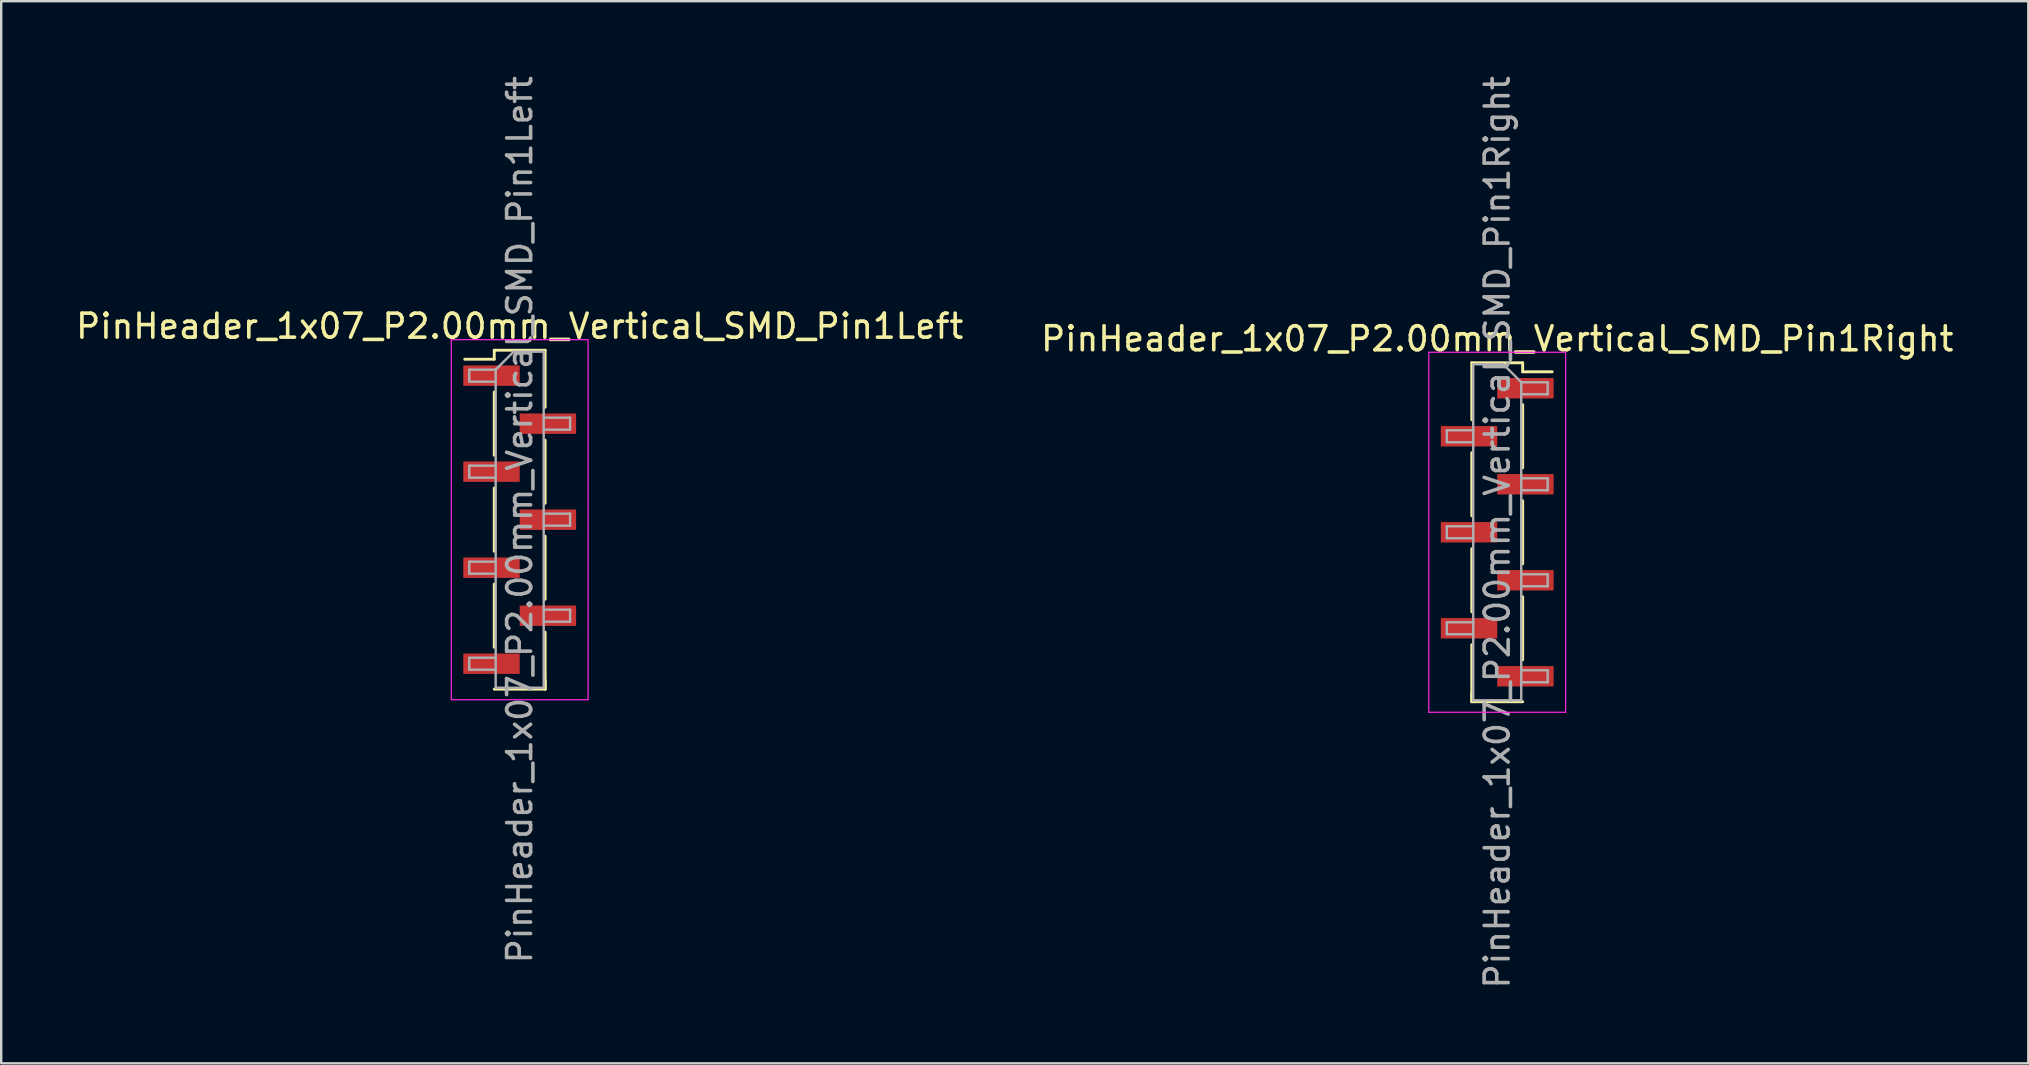
<source format=kicad_pcb>
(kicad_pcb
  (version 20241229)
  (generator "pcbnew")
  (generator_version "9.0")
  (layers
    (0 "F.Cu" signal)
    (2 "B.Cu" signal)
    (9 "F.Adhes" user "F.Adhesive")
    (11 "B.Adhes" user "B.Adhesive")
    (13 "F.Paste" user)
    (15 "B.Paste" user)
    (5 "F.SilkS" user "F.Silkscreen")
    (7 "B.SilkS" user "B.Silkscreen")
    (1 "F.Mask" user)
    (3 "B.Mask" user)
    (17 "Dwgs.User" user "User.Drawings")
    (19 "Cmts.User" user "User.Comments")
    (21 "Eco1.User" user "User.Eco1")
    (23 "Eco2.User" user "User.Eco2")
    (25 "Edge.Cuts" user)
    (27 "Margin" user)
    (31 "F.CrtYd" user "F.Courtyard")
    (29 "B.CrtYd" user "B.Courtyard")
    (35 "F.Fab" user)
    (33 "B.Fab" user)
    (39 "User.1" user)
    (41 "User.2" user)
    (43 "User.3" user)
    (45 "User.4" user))
  (footprint "PinHeader_1x07_P2.00mm_Vertical_SMD_Pin1Left"
    (layer "F.Cu")
    (at 18.601 18.601)
    (property "Reference" "PinHeader_1x07_P2.00mm_Vertical_SMD_Pin1Left" (at 0 -8.06 0) (layer "F.SilkS") (effects (font (size 1 1) (thickness 0.15))))
    (attr smd)
    (fp_line (start -1.06 -7.06) (end -1.06 -6.685) (stroke (width 0.12) (type solid)) (layer "F.SilkS"))
    (fp_line (start -1.06 -7.06) (end 1.06 -7.06) (stroke (width 0.12) (type solid)) (layer "F.SilkS"))
    (fp_line (start -1.06 -6.685) (end -2.29 -6.685) (stroke (width 0.12) (type solid)) (layer "F.SilkS"))
    (fp_line (start -1.06 -5.315) (end -1.06 -2.685) (stroke (width 0.12) (type solid)) (layer "F.SilkS"))
    (fp_line (start -1.06 -1.315) (end -1.06 1.315) (stroke (width 0.12) (type solid)) (layer "F.SilkS"))
    (fp_line (start -1.06 2.685) (end -1.06 5.315) (stroke (width 0.12) (type solid)) (layer "F.SilkS"))
    (fp_line (start -1.06 7.06) (end 1.06 7.06) (stroke (width 0.12) (type solid)) (layer "F.SilkS"))
    (fp_line (start 1.06 -7.06) (end 1.06 -4.685) (stroke (width 0.12) (type solid)) (layer "F.SilkS"))
    (fp_line (start 1.06 -3.315) (end 1.06 -0.685) (stroke (width 0.12) (type solid)) (layer "F.SilkS"))
    (fp_line (start 1.06 0.685) (end 1.06 3.315) (stroke (width 0.12) (type solid)) (layer "F.SilkS"))
    (fp_line (start 1.06 4.685) (end 1.06 7.06) (stroke (width 0.12) (type solid)) (layer "F.SilkS"))
    (fp_line (start 1.06 6.685) (end 1.06 7.06) (stroke (width 0.12) (type solid)) (layer "F.SilkS"))
    (fp_line (start -2.85 -7.5) (end -2.85 7.5) (stroke (width 0.05) (type solid)) (layer "F.CrtYd"))
    (fp_line (start -2.85 7.5) (end 2.85 7.5) (stroke (width 0.05) (type solid)) (layer "F.CrtYd"))
    (fp_line (start 2.85 -7.5) (end -2.85 -7.5) (stroke (width 0.05) (type solid)) (layer "F.CrtYd"))
    (fp_line (start 2.85 7.5) (end 2.85 -7.5) (stroke (width 0.05) (type solid)) (layer "F.CrtYd"))
    (fp_line (start -2.1 -6.25) (end -2.1 -5.75) (stroke (width 0.1) (type solid)) (layer "F.Fab"))
    (fp_line (start -2.1 -5.75) (end -1 -5.75) (stroke (width 0.1) (type solid)) (layer "F.Fab"))
    (fp_line (start -2.1 -2.25) (end -2.1 -1.75) (stroke (width 0.1) (type solid)) (layer "F.Fab"))
    (fp_line (start -2.1 -1.75) (end -1 -1.75) (stroke (width 0.1) (type solid)) (layer "F.Fab"))
    (fp_line (start -2.1 1.75) (end -2.1 2.25) (stroke (width 0.1) (type solid)) (layer "F.Fab"))
    (fp_line (start -2.1 2.25) (end -1 2.25) (stroke (width 0.1) (type solid)) (layer "F.Fab"))
    (fp_line (start -2.1 5.75) (end -2.1 6.25) (stroke (width 0.1) (type solid)) (layer "F.Fab"))
    (fp_line (start -2.1 6.25) (end -1 6.25) (stroke (width 0.1) (type solid)) (layer "F.Fab"))
    (fp_line (start -1 -6.25) (end -2.1 -6.25) (stroke (width 0.1) (type solid)) (layer "F.Fab"))
    (fp_line (start -1 -6.25) (end -0.25 -7) (stroke (width 0.1) (type solid)) (layer "F.Fab"))
    (fp_line (start -1 -2.25) (end -2.1 -2.25) (stroke (width 0.1) (type solid)) (layer "F.Fab"))
    (fp_line (start -1 1.75) (end -2.1 1.75) (stroke (width 0.1) (type solid)) (layer "F.Fab"))
    (fp_line (start -1 5.75) (end -2.1 5.75) (stroke (width 0.1) (type solid)) (layer "F.Fab"))
    (fp_line (start -1 7) (end -1 -6.25) (stroke (width 0.1) (type solid)) (layer "F.Fab"))
    (fp_line (start -0.25 -7) (end 1 -7) (stroke (width 0.1) (type solid)) (layer "F.Fab"))
    (fp_line (start 1 -7) (end 1 7) (stroke (width 0.1) (type solid)) (layer "F.Fab"))
    (fp_line (start 1 -4.25) (end 2.1 -4.25) (stroke (width 0.1) (type solid)) (layer "F.Fab"))
    (fp_line (start 1 -0.25) (end 2.1 -0.25) (stroke (width 0.1) (type solid)) (layer "F.Fab"))
    (fp_line (start 1 3.75) (end 2.1 3.75) (stroke (width 0.1) (type solid)) (layer "F.Fab"))
    (fp_line (start 1 7) (end -1 7) (stroke (width 0.1) (type solid)) (layer "F.Fab"))
    (fp_line (start 2.1 -4.25) (end 2.1 -3.75) (stroke (width 0.1) (type solid)) (layer "F.Fab"))
    (fp_line (start 2.1 -3.75) (end 1 -3.75) (stroke (width 0.1) (type solid)) (layer "F.Fab"))
    (fp_line (start 2.1 -0.25) (end 2.1 0.25) (stroke (width 0.1) (type solid)) (layer "F.Fab"))
    (fp_line (start 2.1 0.25) (end 1 0.25) (stroke (width 0.1) (type solid)) (layer "F.Fab"))
    (fp_line (start 2.1 3.75) (end 2.1 4.25) (stroke (width 0.1) (type solid)) (layer "F.Fab"))
    (fp_line (start 2.1 4.25) (end 1 4.25) (stroke (width 0.1) (type solid)) (layer "F.Fab"))
    (fp_text user "${REFERENCE}" (at 0 0 90) (layer "F.Fab") (effects (font (size 1 1) (thickness 0.15))))
    (pad "1" smd rect (at -1.175 -6) (size 2.35 0.85) (layers "F.Cu" "F.Mask" "F.Paste"))
    (pad "2" smd rect (at 1.175 -4) (size 2.35 0.85) (layers "F.Cu" "F.Mask" "F.Paste"))
    (pad "3" smd rect (at -1.175 -2) (size 2.35 0.85) (layers "F.Cu" "F.Mask" "F.Paste"))
    (pad "4" smd rect (at 1.175 0) (size 2.35 0.85) (layers "F.Cu" "F.Mask" "F.Paste"))
    (pad "5" smd rect (at -1.175 2) (size 2.35 0.85) (layers "F.Cu" "F.Mask" "F.Paste"))
    (pad "6" smd rect (at 1.175 4) (size 2.35 0.85) (layers "F.Cu" "F.Mask" "F.Paste"))
    (pad "7" smd rect (at -1.175 6) (size 2.35 0.85) (layers "F.Cu" "F.Mask" "F.Paste")))
  (footprint "PinHeader_1x07_P2.00mm_Vertical_SMD_Pin1Right"
    (layer "F.Cu")
    (at 59.327 19.125)
    (property "Reference" "PinHeader_1x07_P2.00mm_Vertical_SMD_Pin1Right" (at 0 -8.06 0) (layer "F.SilkS") (effects (font (size 1 1) (thickness 0.15))))
    (attr smd)
    (fp_line (start -1.06 -7.06) (end -1.06 -4.685) (stroke (width 0.12) (type solid)) (layer "F.SilkS"))
    (fp_line (start -1.06 -7.06) (end 1.06 -7.06) (stroke (width 0.12) (type solid)) (layer "F.SilkS"))
    (fp_line (start -1.06 -3.315) (end -1.06 -0.685) (stroke (width 0.12) (type solid)) (layer "F.SilkS"))
    (fp_line (start -1.06 0.685) (end -1.06 3.315) (stroke (width 0.12) (type solid)) (layer "F.SilkS"))
    (fp_line (start -1.06 4.685) (end -1.06 7.06) (stroke (width 0.12) (type solid)) (layer "F.SilkS"))
    (fp_line (start -1.06 6.685) (end -1.06 7.06) (stroke (width 0.12) (type solid)) (layer "F.SilkS"))
    (fp_line (start -1.06 7.06) (end 1.06 7.06) (stroke (width 0.12) (type solid)) (layer "F.SilkS"))
    (fp_line (start 1.06 -7.06) (end 1.06 -6.685) (stroke (width 0.12) (type solid)) (layer "F.SilkS"))
    (fp_line (start 1.06 -6.685) (end 2.29 -6.685) (stroke (width 0.12) (type solid)) (layer "F.SilkS"))
    (fp_line (start 1.06 -5.315) (end 1.06 -2.685) (stroke (width 0.12) (type solid)) (layer "F.SilkS"))
    (fp_line (start 1.06 -1.315) (end 1.06 1.315) (stroke (width 0.12) (type solid)) (layer "F.SilkS"))
    (fp_line (start 1.06 2.685) (end 1.06 5.315) (stroke (width 0.12) (type solid)) (layer "F.SilkS"))
    (fp_line (start -2.85 -7.5) (end -2.85 7.5) (stroke (width 0.05) (type solid)) (layer "F.CrtYd"))
    (fp_line (start -2.85 7.5) (end 2.85 7.5) (stroke (width 0.05) (type solid)) (layer "F.CrtYd"))
    (fp_line (start 2.85 -7.5) (end -2.85 -7.5) (stroke (width 0.05) (type solid)) (layer "F.CrtYd"))
    (fp_line (start 2.85 7.5) (end 2.85 -7.5) (stroke (width 0.05) (type solid)) (layer "F.CrtYd"))
    (fp_line (start -2.1 -4.25) (end -2.1 -3.75) (stroke (width 0.1) (type solid)) (layer "F.Fab"))
    (fp_line (start -2.1 -3.75) (end -1 -3.75) (stroke (width 0.1) (type solid)) (layer "F.Fab"))
    (fp_line (start -2.1 -0.25) (end -2.1 0.25) (stroke (width 0.1) (type solid)) (layer "F.Fab"))
    (fp_line (start -2.1 0.25) (end -1 0.25) (stroke (width 0.1) (type solid)) (layer "F.Fab"))
    (fp_line (start -2.1 3.75) (end -2.1 4.25) (stroke (width 0.1) (type solid)) (layer "F.Fab"))
    (fp_line (start -2.1 4.25) (end -1 4.25) (stroke (width 0.1) (type solid)) (layer "F.Fab"))
    (fp_line (start -1 -7) (end -1 7) (stroke (width 0.1) (type solid)) (layer "F.Fab"))
    (fp_line (start -1 -7) (end 0.25 -7) (stroke (width 0.1) (type solid)) (layer "F.Fab"))
    (fp_line (start -1 -4.25) (end -2.1 -4.25) (stroke (width 0.1) (type solid)) (layer "F.Fab"))
    (fp_line (start -1 -0.25) (end -2.1 -0.25) (stroke (width 0.1) (type solid)) (layer "F.Fab"))
    (fp_line (start -1 3.75) (end -2.1 3.75) (stroke (width 0.1) (type solid)) (layer "F.Fab"))
    (fp_line (start 1 -6.25) (end 0.25 -7) (stroke (width 0.1) (type solid)) (layer "F.Fab"))
    (fp_line (start 1 -6.25) (end 2.1 -6.25) (stroke (width 0.1) (type solid)) (layer "F.Fab"))
    (fp_line (start 1 -2.25) (end 2.1 -2.25) (stroke (width 0.1) (type solid)) (layer "F.Fab"))
    (fp_line (start 1 1.75) (end 2.1 1.75) (stroke (width 0.1) (type solid)) (layer "F.Fab"))
    (fp_line (start 1 5.75) (end 2.1 5.75) (stroke (width 0.1) (type solid)) (layer "F.Fab"))
    (fp_line (start 1 7) (end -1 7) (stroke (width 0.1) (type solid)) (layer "F.Fab"))
    (fp_line (start 1 7) (end 1 -6.25) (stroke (width 0.1) (type solid)) (layer "F.Fab"))
    (fp_line (start 2.1 -6.25) (end 2.1 -5.75) (stroke (width 0.1) (type solid)) (layer "F.Fab"))
    (fp_line (start 2.1 -5.75) (end 1 -5.75) (stroke (width 0.1) (type solid)) (layer "F.Fab"))
    (fp_line (start 2.1 -2.25) (end 2.1 -1.75) (stroke (width 0.1) (type solid)) (layer "F.Fab"))
    (fp_line (start 2.1 -1.75) (end 1 -1.75) (stroke (width 0.1) (type solid)) (layer "F.Fab"))
    (fp_line (start 2.1 1.75) (end 2.1 2.25) (stroke (width 0.1) (type solid)) (layer "F.Fab"))
    (fp_line (start 2.1 2.25) (end 1 2.25) (stroke (width 0.1) (type solid)) (layer "F.Fab"))
    (fp_line (start 2.1 5.75) (end 2.1 6.25) (stroke (width 0.1) (type solid)) (layer "F.Fab"))
    (fp_line (start 2.1 6.25) (end 1 6.25) (stroke (width 0.1) (type solid)) (layer "F.Fab"))
    (fp_text user "${REFERENCE}" (at 0 0 90) (layer "F.Fab") (effects (font (size 1 1) (thickness 0.15))))
    (pad "1" smd rect (at 1.175 -6) (size 2.35 0.85) (layers "F.Cu" "F.Mask" "F.Paste"))
    (pad "2" smd rect (at -1.175 -4) (size 2.35 0.85) (layers "F.Cu" "F.Mask" "F.Paste"))
    (pad "3" smd rect (at 1.175 -2) (size 2.35 0.85) (layers "F.Cu" "F.Mask" "F.Paste"))
    (pad "4" smd rect (at -1.175 0) (size 2.35 0.85) (layers "F.Cu" "F.Mask" "F.Paste"))
    (pad "5" smd rect (at 1.175 2) (size 2.35 0.85) (layers "F.Cu" "F.Mask" "F.Paste"))
    (pad "6" smd rect (at -1.175 4) (size 2.35 0.85) (layers "F.Cu" "F.Mask" "F.Paste"))
    (pad "7" smd rect (at 1.175 6) (size 2.35 0.85) (layers "F.Cu" "F.Mask" "F.Paste")))
  (gr_rect
    (start -3 -3)
    (end 81.452 41.25)
    (stroke (width 0.1) (type default))
    (fill no)
    (layer "Edge.Cuts")))
</source>
